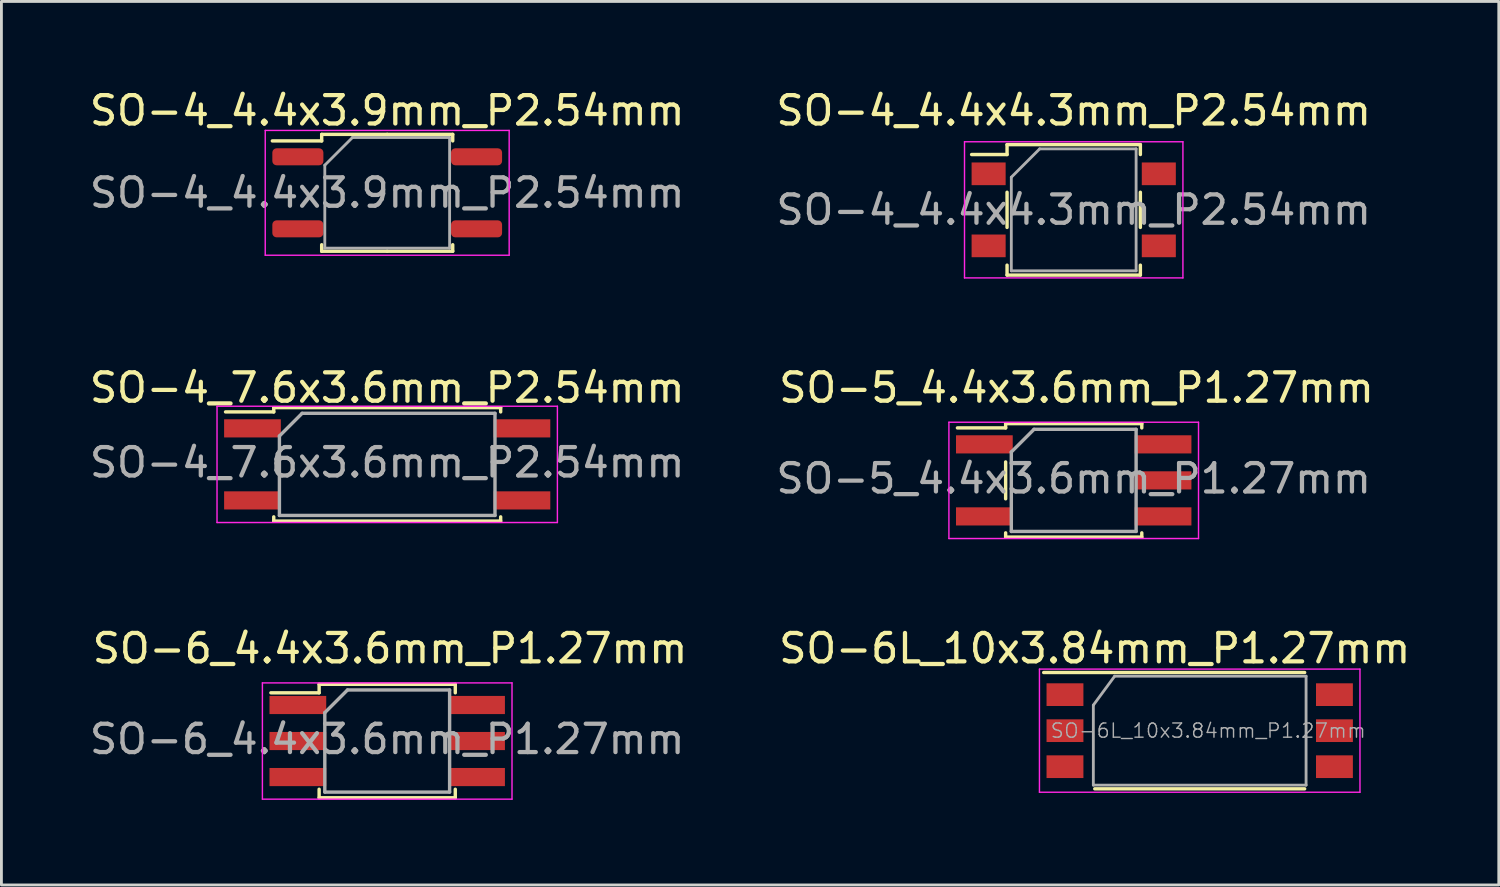
<source format=kicad_pcb>
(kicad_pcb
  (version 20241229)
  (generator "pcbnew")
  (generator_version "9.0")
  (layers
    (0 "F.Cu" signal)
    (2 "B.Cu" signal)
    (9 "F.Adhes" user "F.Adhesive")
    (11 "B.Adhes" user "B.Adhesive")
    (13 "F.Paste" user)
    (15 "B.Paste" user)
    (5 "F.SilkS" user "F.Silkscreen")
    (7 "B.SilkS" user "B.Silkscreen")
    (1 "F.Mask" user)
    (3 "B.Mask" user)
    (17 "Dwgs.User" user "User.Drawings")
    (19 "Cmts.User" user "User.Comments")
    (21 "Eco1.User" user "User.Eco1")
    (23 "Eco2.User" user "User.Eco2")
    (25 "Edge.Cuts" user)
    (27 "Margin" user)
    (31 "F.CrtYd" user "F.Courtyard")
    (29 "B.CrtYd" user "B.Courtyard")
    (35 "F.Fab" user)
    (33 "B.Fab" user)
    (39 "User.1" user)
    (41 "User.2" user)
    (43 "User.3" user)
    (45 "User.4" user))
  (footprint "SO-4_4.4x3.9mm_P2.54mm"
    (layer "F.Cu")
    (at 10.601 3.748)
    (property "Reference" "SO-4_4.4x3.9mm_P2.54mm" (at 0 -2.9 0) (layer "F.SilkS") (effects (font (size 1 1) (thickness 0.15))))
    (attr smd)
    (fp_line (start -2.31 -2.06) (end -2.31 -1.83) (stroke (width 0.12) (type solid)) (layer "F.SilkS"))
    (fp_line (start -2.31 -1.83) (end -4.05 -1.83) (stroke (width 0.12) (type solid)) (layer "F.SilkS"))
    (fp_line (start -2.31 2.06) (end -2.31 1.83) (stroke (width 0.12) (type solid)) (layer "F.SilkS"))
    (fp_line (start 0 -2.06) (end -2.31 -2.06) (stroke (width 0.12) (type solid)) (layer "F.SilkS"))
    (fp_line (start 0 -2.06) (end 2.31 -2.06) (stroke (width 0.12) (type solid)) (layer "F.SilkS"))
    (fp_line (start 0 2.06) (end -2.31 2.06) (stroke (width 0.12) (type solid)) (layer "F.SilkS"))
    (fp_line (start 0 2.06) (end 2.31 2.06) (stroke (width 0.12) (type solid)) (layer "F.SilkS"))
    (fp_line (start 2.31 -2.06) (end 2.31 -1.83) (stroke (width 0.12) (type solid)) (layer "F.SilkS"))
    (fp_line (start 2.31 2.06) (end 2.31 1.83) (stroke (width 0.12) (type solid)) (layer "F.SilkS"))
    (fp_line (start -4.3 -2.2) (end -4.3 2.2) (stroke (width 0.05) (type solid)) (layer "F.CrtYd"))
    (fp_line (start -4.3 2.2) (end 4.3 2.2) (stroke (width 0.05) (type solid)) (layer "F.CrtYd"))
    (fp_line (start 4.3 -2.2) (end -4.3 -2.2) (stroke (width 0.05) (type solid)) (layer "F.CrtYd"))
    (fp_line (start 4.3 2.2) (end 4.3 -2.2) (stroke (width 0.05) (type solid)) (layer "F.CrtYd"))
    (fp_line (start -2.2 -0.975) (end -1.225 -1.95) (stroke (width 0.1) (type solid)) (layer "F.Fab"))
    (fp_line (start -2.2 1.95) (end -2.2 -0.975) (stroke (width 0.1) (type solid)) (layer "F.Fab"))
    (fp_line (start -1.225 -1.95) (end 2.2 -1.95) (stroke (width 0.1) (type solid)) (layer "F.Fab"))
    (fp_line (start 2.2 -1.95) (end 2.2 1.95) (stroke (width 0.1) (type solid)) (layer "F.Fab"))
    (fp_line (start 2.2 1.95) (end -2.2 1.95) (stroke (width 0.1) (type solid)) (layer "F.Fab"))
    (fp_text user "${REFERENCE}" (at 0 0 0) (layer "F.Fab") (effects (font (size 1 1) (thickness 0.15))))
    (pad "1" smd roundrect (at -3.15 -1.27) (size 1.8 0.6) (layers "F.Cu" "F.Mask" "F.Paste") (roundrect_rratio 0.25))
    (pad "2" smd roundrect (at -3.15 1.27) (size 1.8 0.6) (layers "F.Cu" "F.Mask" "F.Paste") (roundrect_rratio 0.25))
    (pad "3" smd roundrect (at 3.15 1.27) (size 1.8 0.6) (layers "F.Cu" "F.Mask" "F.Paste") (roundrect_rratio 0.25))
    (pad "4" smd roundrect (at 3.15 -1.27) (size 1.8 0.6) (layers "F.Cu" "F.Mask" "F.Paste") (roundrect_rratio 0.25)))
  (footprint "SO-6_4.4x3.6mm_P1.27mm"
    (layer "F.Cu")
    (at 10.601 23.075)
    (property "Reference" "SO-6_4.4x3.6mm_P1.27mm" (at 0.1 -3.265 0) (layer "F.SilkS") (effects (font (size 1 1) (thickness 0.15))))
    (attr smd)
    (fp_line (start -2.4 -2) (end 2.4 -2) (stroke (width 0.12) (type solid)) (layer "F.SilkS"))
    (fp_line (start -2.4 -1.7) (end -4.1 -1.7) (stroke (width 0.12) (type solid)) (layer "F.SilkS"))
    (fp_line (start -2.4 -1.7) (end -2.4 -2) (stroke (width 0.12) (type solid)) (layer "F.SilkS"))
    (fp_line (start -2.4 2) (end -2.4 1.7) (stroke (width 0.12) (type solid)) (layer "F.SilkS"))
    (fp_line (start 2.4 -2) (end 2.4 -1.7) (stroke (width 0.12) (type solid)) (layer "F.SilkS"))
    (fp_line (start 2.4 1.7) (end 2.4 2) (stroke (width 0.12) (type solid)) (layer "F.SilkS"))
    (fp_line (start 2.4 2) (end -2.4 2) (stroke (width 0.12) (type solid)) (layer "F.SilkS"))
    (fp_line (start -4.4 -2.05) (end -4.4 2.05) (stroke (width 0.05) (type solid)) (layer "F.CrtYd"))
    (fp_line (start -4.4 -2.05) (end 4.4 -2.05) (stroke (width 0.05) (type solid)) (layer "F.CrtYd"))
    (fp_line (start 4.4 2.05) (end -4.4 2.05) (stroke (width 0.05) (type solid)) (layer "F.CrtYd"))
    (fp_line (start 4.4 2.05) (end 4.4 -2.05) (stroke (width 0.05) (type solid)) (layer "F.CrtYd"))
    (fp_line (start -2.2 -1) (end -1.4 -1.8) (stroke (width 0.12) (type solid)) (layer "F.Fab"))
    (fp_line (start -2.2 1.8) (end -2.2 -1) (stroke (width 0.12) (type solid)) (layer "F.Fab"))
    (fp_line (start -1.4 -1.8) (end 2.2 -1.8) (stroke (width 0.12) (type solid)) (layer "F.Fab"))
    (fp_line (start 2.2 -1.8) (end 2.2 1.8) (stroke (width 0.12) (type solid)) (layer "F.Fab"))
    (fp_line (start 2.2 1.8) (end -2.2 1.8) (stroke (width 0.12) (type solid)) (layer "F.Fab"))
    (fp_text user "${REFERENCE}" (at 0 -0.065 0) (layer "F.Fab") (effects (font (size 1 1) (thickness 0.15))))
    (pad "1" smd rect (at -3.15 -1.27) (size 2 0.64) (layers "F.Cu" "F.Mask" "F.Paste"))
    (pad "2" smd rect (at -3.15 0) (size 2 0.64) (layers "F.Cu" "F.Mask" "F.Paste"))
    (pad "3" smd rect (at -3.15 1.27) (size 2 0.64) (layers "F.Cu" "F.Mask" "F.Paste"))
    (pad "4" smd rect (at 3.15 1.27) (size 2 0.64) (layers "F.Cu" "F.Mask" "F.Paste"))
    (pad "5" smd rect (at 3.15 0) (size 2 0.64) (layers "F.Cu" "F.Mask" "F.Paste"))
    (pad "6" smd rect (at 3.15 -1.27) (size 2 0.64) (layers "F.Cu" "F.Mask" "F.Paste")))
  (footprint "SO-4_4.4x4.3mm_P2.54mm"
    (layer "F.Cu")
    (at 34.804 4.348)
    (property "Reference" "SO-4_4.4x4.3mm_P2.54mm" (at 0 -3.5 0) (layer "F.SilkS") (effects (font (size 1 1) (thickness 0.15))))
    (attr smd)
    (fp_line (start -2.35 -2.3) (end 2.35 -2.3) (stroke (width 0.12) (type solid)) (layer "F.SilkS"))
    (fp_line (start -2.35 -1.95) (end -3.6 -1.95) (stroke (width 0.12) (type solid)) (layer "F.SilkS"))
    (fp_line (start -2.35 -1.95) (end -2.35 -2.3) (stroke (width 0.12) (type solid)) (layer "F.SilkS"))
    (fp_line (start -2.35 0.62) (end -2.35 -0.62) (stroke (width 0.12) (type solid)) (layer "F.SilkS"))
    (fp_line (start -2.35 1.95) (end -2.35 2.3) (stroke (width 0.12) (type solid)) (layer "F.SilkS"))
    (fp_line (start -2.35 2.3) (end 2.35 2.3) (stroke (width 0.12) (type solid)) (layer "F.SilkS"))
    (fp_line (start 2.35 -2.3) (end 2.35 -1.95) (stroke (width 0.12) (type solid)) (layer "F.SilkS"))
    (fp_line (start 2.35 0.62) (end 2.35 -0.62) (stroke (width 0.12) (type solid)) (layer "F.SilkS"))
    (fp_line (start 2.35 2.3) (end 2.35 1.95) (stroke (width 0.12) (type solid)) (layer "F.SilkS"))
    (fp_line (start -3.85 -2.4) (end 3.85 -2.4) (stroke (width 0.05) (type solid)) (layer "F.CrtYd"))
    (fp_line (start -3.85 2.4) (end -3.85 -2.4) (stroke (width 0.05) (type solid)) (layer "F.CrtYd"))
    (fp_line (start 3.85 -2.4) (end 3.85 2.4) (stroke (width 0.05) (type solid)) (layer "F.CrtYd"))
    (fp_line (start 3.85 2.4) (end -3.85 2.4) (stroke (width 0.05) (type solid)) (layer "F.CrtYd"))
    (fp_line (start -2.2 -1.15) (end -1.2 -2.15) (stroke (width 0.1) (type solid)) (layer "F.Fab"))
    (fp_line (start -2.2 2.15) (end -2.2 -1.15) (stroke (width 0.1) (type solid)) (layer "F.Fab"))
    (fp_line (start -2.2 2.15) (end 2.2 2.15) (stroke (width 0.1) (type solid)) (layer "F.Fab"))
    (fp_line (start -1.2 -2.15) (end 2.2 -2.15) (stroke (width 0.1) (type solid)) (layer "F.Fab"))
    (fp_line (start 2.2 2.15) (end 2.2 -2.15) (stroke (width 0.1) (type solid)) (layer "F.Fab"))
    (fp_text user "${REFERENCE}" (at 0 0 0) (layer "F.Fab") (effects (font (size 1 1) (thickness 0.15))))
    (pad "1" smd rect (at -3 -1.27 270) (size 0.8 1.2) (layers "F.Cu" "F.Mask" "F.Paste"))
    (pad "2" smd rect (at -3 1.27 270) (size 0.8 1.2) (layers "F.Cu" "F.Mask" "F.Paste"))
    (pad "3" smd rect (at 3 1.27 270) (size 0.8 1.2) (layers "F.Cu" "F.Mask" "F.Paste"))
    (pad "4" smd rect (at 3 -1.27 270) (size 0.8 1.2) (layers "F.Cu" "F.Mask" "F.Paste")))
  (footprint "SO-4_7.6x3.6mm_P2.54mm"
    (layer "F.Cu")
    (at 10.601 13.322)
    (property "Reference" "SO-4_7.6x3.6mm_P2.54mm" (at 0 -2.7 0) (layer "F.SilkS") (effects (font (size 1 1) (thickness 0.15))))
    (attr smd)
    (fp_line (start -4 -2) (end 4 -2) (stroke (width 0.12) (type solid)) (layer "F.SilkS"))
    (fp_line (start -4 -1.85) (end -5.7 -1.85) (stroke (width 0.12) (type solid)) (layer "F.SilkS"))
    (fp_line (start -4 -1.85) (end -4 -2) (stroke (width 0.12) (type solid)) (layer "F.SilkS"))
    (fp_line (start -4 2) (end -4 1.85) (stroke (width 0.12) (type solid)) (layer "F.SilkS"))
    (fp_line (start 4 -2) (end 4 -1.85) (stroke (width 0.12) (type solid)) (layer "F.SilkS"))
    (fp_line (start 4 1.85) (end 4 2) (stroke (width 0.12) (type solid)) (layer "F.SilkS"))
    (fp_line (start 4 2) (end -4 2) (stroke (width 0.12) (type solid)) (layer "F.SilkS"))
    (fp_line (start -6 -2.05) (end -6 2.05) (stroke (width 0.05) (type solid)) (layer "F.CrtYd"))
    (fp_line (start -6 -2.05) (end 6 -2.05) (stroke (width 0.05) (type solid)) (layer "F.CrtYd"))
    (fp_line (start 6 2.05) (end -6 2.05) (stroke (width 0.05) (type solid)) (layer "F.CrtYd"))
    (fp_line (start 6 2.05) (end 6 -2.05) (stroke (width 0.05) (type solid)) (layer "F.CrtYd"))
    (fp_line (start -3.8 -1) (end -3 -1.8) (stroke (width 0.12) (type solid)) (layer "F.Fab"))
    (fp_line (start -3.8 1.8) (end -3.8 -1) (stroke (width 0.12) (type solid)) (layer "F.Fab"))
    (fp_line (start -3 -1.8) (end 3.8 -1.8) (stroke (width 0.12) (type solid)) (layer "F.Fab"))
    (fp_line (start 3.8 -1.8) (end 3.8 1.8) (stroke (width 0.12) (type solid)) (layer "F.Fab"))
    (fp_line (start 3.8 1.8) (end -3.8 1.8) (stroke (width 0.12) (type solid)) (layer "F.Fab"))
    (fp_text user "${REFERENCE}" (at 0 -0.065 0) (layer "F.Fab") (effects (font (size 1 1) (thickness 0.15))))
    (pad "1" smd rect (at -4.75 -1.27) (size 2 0.64) (layers "F.Cu" "F.Mask" "F.Paste"))
    (pad "2" smd rect (at -4.75 1.27) (size 2 0.64) (layers "F.Cu" "F.Mask" "F.Paste"))
    (pad "3" smd rect (at 4.75 1.27) (size 2 0.64) (layers "F.Cu" "F.Mask" "F.Paste"))
    (pad "4" smd rect (at 4.75 -1.27) (size 2 0.64) (layers "F.Cu" "F.Mask" "F.Paste")))
  (footprint "SO-5_4.4x3.6mm_P1.27mm"
    (layer "F.Cu")
    (at 34.804 13.886)
    (property "Reference" "SO-5_4.4x3.6mm_P1.27mm" (at 0.1 -3.265 0) (layer "F.SilkS") (effects (font (size 1 1) (thickness 0.15))))
    (attr smd)
    (fp_line (start -2.4 -2) (end 2.4 -2) (stroke (width 0.12) (type solid)) (layer "F.SilkS"))
    (fp_line (start -2.4 -1.85) (end -4.1 -1.85) (stroke (width 0.12) (type solid)) (layer "F.SilkS"))
    (fp_line (start -2.4 -1.85) (end -2.4 -2) (stroke (width 0.12) (type solid)) (layer "F.SilkS"))
    (fp_line (start -2.4 0.65) (end -2.4 -0.65) (stroke (width 0.12) (type solid)) (layer "F.SilkS"))
    (fp_line (start -2.4 2) (end -2.4 1.85) (stroke (width 0.12) (type solid)) (layer "F.SilkS"))
    (fp_line (start 2.4 -2) (end 2.4 -1.85) (stroke (width 0.12) (type solid)) (layer "F.SilkS"))
    (fp_line (start 2.4 1.85) (end 2.4 2) (stroke (width 0.12) (type solid)) (layer "F.SilkS"))
    (fp_line (start 2.4 2) (end -2.4 2) (stroke (width 0.12) (type solid)) (layer "F.SilkS"))
    (fp_line (start -4.4 -2.05) (end -4.4 2.05) (stroke (width 0.05) (type solid)) (layer "F.CrtYd"))
    (fp_line (start -4.4 -2.05) (end 4.4 -2.05) (stroke (width 0.05) (type solid)) (layer "F.CrtYd"))
    (fp_line (start 4.4 2.05) (end -4.4 2.05) (stroke (width 0.05) (type solid)) (layer "F.CrtYd"))
    (fp_line (start 4.4 2.05) (end 4.4 -2.05) (stroke (width 0.05) (type solid)) (layer "F.CrtYd"))
    (fp_line (start -2.2 -1) (end -1.4 -1.8) (stroke (width 0.12) (type solid)) (layer "F.Fab"))
    (fp_line (start -2.2 1.8) (end -2.2 -1) (stroke (width 0.12) (type solid)) (layer "F.Fab"))
    (fp_line (start -1.4 -1.8) (end 2.2 -1.8) (stroke (width 0.12) (type solid)) (layer "F.Fab"))
    (fp_line (start 2.2 -1.8) (end 2.2 1.8) (stroke (width 0.12) (type solid)) (layer "F.Fab"))
    (fp_line (start 2.2 1.8) (end -2.2 1.8) (stroke (width 0.12) (type solid)) (layer "F.Fab"))
    (fp_text user "${REFERENCE}" (at 0 -0.065 0) (layer "F.Fab") (effects (font (size 1 1) (thickness 0.15))))
    (pad "1" smd rect (at -3.15 -1.27) (size 2 0.64) (layers "F.Cu" "F.Mask" "F.Paste"))
    (pad "3" smd rect (at -3.15 1.27) (size 2 0.64) (layers "F.Cu" "F.Mask" "F.Paste"))
    (pad "4" smd rect (at 3.15 1.27) (size 2 0.64) (layers "F.Cu" "F.Mask" "F.Paste"))
    (pad "5" smd rect (at 3.15 0) (size 2 0.64) (layers "F.Cu" "F.Mask" "F.Paste"))
    (pad "6" smd rect (at 3.15 -1.27) (size 2 0.64) (layers "F.Cu" "F.Mask" "F.Paste")))
  (footprint "SO-6L_10x3.84mm_P1.27mm"
    (layer "F.Cu")
    (at 39.246 22.71)
    (property "Reference" "SO-6L_10x3.84mm_P1.27mm" (at -3.7 -2.9 0) (layer "F.SilkS") (effects (font (size 1 1) (thickness 0.15))))
    (attr smd)
    (fp_line (start -5.5 -2.05) (end 3.7 -2.05) (stroke (width 0.12) (type solid)) (layer "F.SilkS"))
    (fp_line (start -3.7 2.05) (end 3.7 2.05) (stroke (width 0.12) (type solid)) (layer "F.SilkS"))
    (fp_line (start -5.65 -2.17) (end -5.65 2.17) (stroke (width 0.05) (type solid)) (layer "F.CrtYd"))
    (fp_line (start -5.65 2.17) (end 5.65 2.17) (stroke (width 0.05) (type solid)) (layer "F.CrtYd"))
    (fp_line (start 5.65 -2.17) (end -5.65 -2.17) (stroke (width 0.05) (type solid)) (layer "F.CrtYd"))
    (fp_line (start 5.65 2.17) (end 5.65 -2.17) (stroke (width 0.05) (type solid)) (layer "F.CrtYd"))
    (fp_line (start -3.75 -0.9) (end -3 -1.92) (stroke (width 0.1) (type solid)) (layer "F.Fab"))
    (fp_line (start -3.75 1.92) (end -3.75 -0.9) (stroke (width 0.1) (type solid)) (layer "F.Fab"))
    (fp_line (start -3.75 1.92) (end 3.75 1.92) (stroke (width 0.1) (type solid)) (layer "F.Fab"))
    (fp_line (start -3 -1.92) (end 3.75 -1.92) (stroke (width 0.1) (type solid)) (layer "F.Fab"))
    (fp_line (start 3.75 1.92) (end 3.75 -1.92) (stroke (width 0.1) (type solid)) (layer "F.Fab"))
    (fp_text user "${REFERENCE}" (at 0.3 0 180) (layer "F.Fab") (effects (font (size 0.5 0.5) (thickness 0.05))))
    (pad "1" smd rect (at -4.75 -1.27 90) (size 0.8 1.3) (layers "F.Cu" "F.Mask" "F.Paste"))
    (pad "2" smd rect (at -4.75 0 90) (size 0.8 1.3) (layers "F.Cu" "F.Mask" "F.Paste"))
    (pad "3" smd rect (at -4.75 1.27 90) (size 0.8 1.3) (layers "F.Cu" "F.Mask" "F.Paste"))
    (pad "4" smd rect (at 4.75 1.27 90) (size 0.8 1.3) (layers "F.Cu" "F.Mask" "F.Paste"))
    (pad "5" smd rect (at 4.75 0 90) (size 0.8 1.3) (layers "F.Cu" "F.Mask" "F.Paste"))
    (pad "6" smd rect (at 4.75 -1.27 90) (size 0.8 1.3) (layers "F.Cu" "F.Mask" "F.Paste")))
  (gr_rect
    (start -3 -3)
    (end 49.79 28.15)
    (stroke (width 0.1) (type default))
    (fill no)
    (layer "Edge.Cuts")))
</source>
